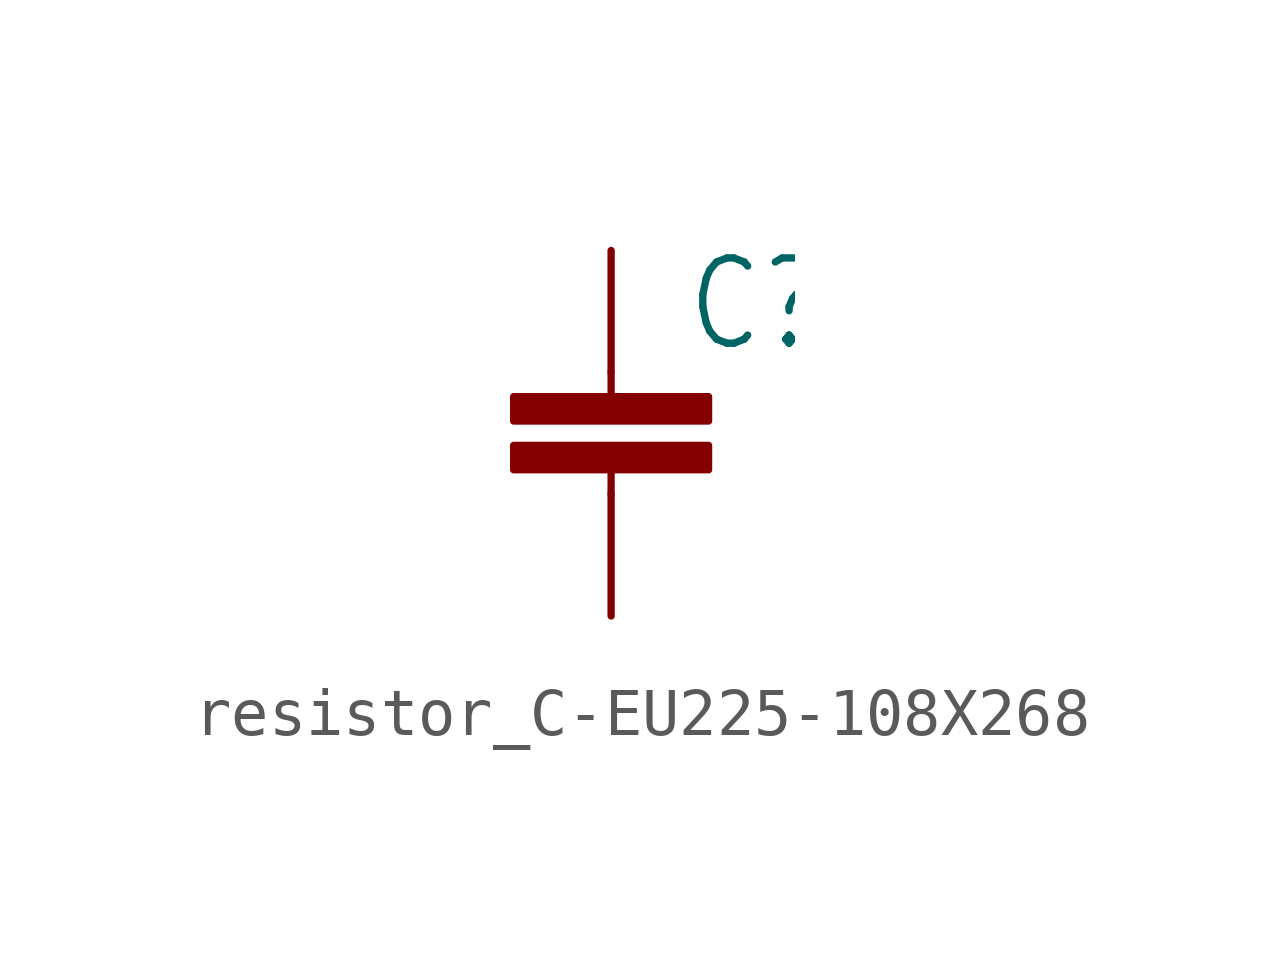
<source format=kicad_sym>
(kicad_symbol_lib
  (version 20231120)
  (generator "kicad_symbol_editor")
  (generator_version "8.0")
  (symbol "resistor_C-EU225-108X268"
    (property "Reference" "C"
      (at 1.524 0.381 0)
      (effects (font (size 1.778 1.511)) (justify left bottom)))
    (property "Value" ""
      (at 1.524 -4.699 0)
      (effects (font (size 1.778 1.511)) (justify left bottom)))
    (property "ki_locked" ""
      (at 0 0 0)
      (effects (font (size 1.27 1.27))))
    (symbol "resistor_C-EU225-108X268_1_0"
      (rectangle (start -2.032 -2.032) (end 2.032 -1.524) (stroke (width 0) (type default)) (fill (type outline)))
      (rectangle (start -2.032 -1.016) (end 2.032 -0.508) (stroke (width 0) (type default)) (fill (type outline)))
      (polyline (pts (xy 0 -2.54) (xy 0 -2.032)) (stroke (width 0.152) (type solid)) (fill (type none)))
      (polyline (pts (xy 0 0) (xy 0 -0.508)) (stroke (width 0.152) (type solid)) (fill (type none)))
      (pin passive line (at 0 2.54 270) (length 2.54) (name "1" (effects (font (size 0 0)))) (number "1" (effects (font (size 0 0)))))
      (pin passive line (at 0 -5.08 90) (length 2.54) (name "2" (effects (font (size 0 0)))) (number "2" (effects (font (size 0 0))))))))
</source>
